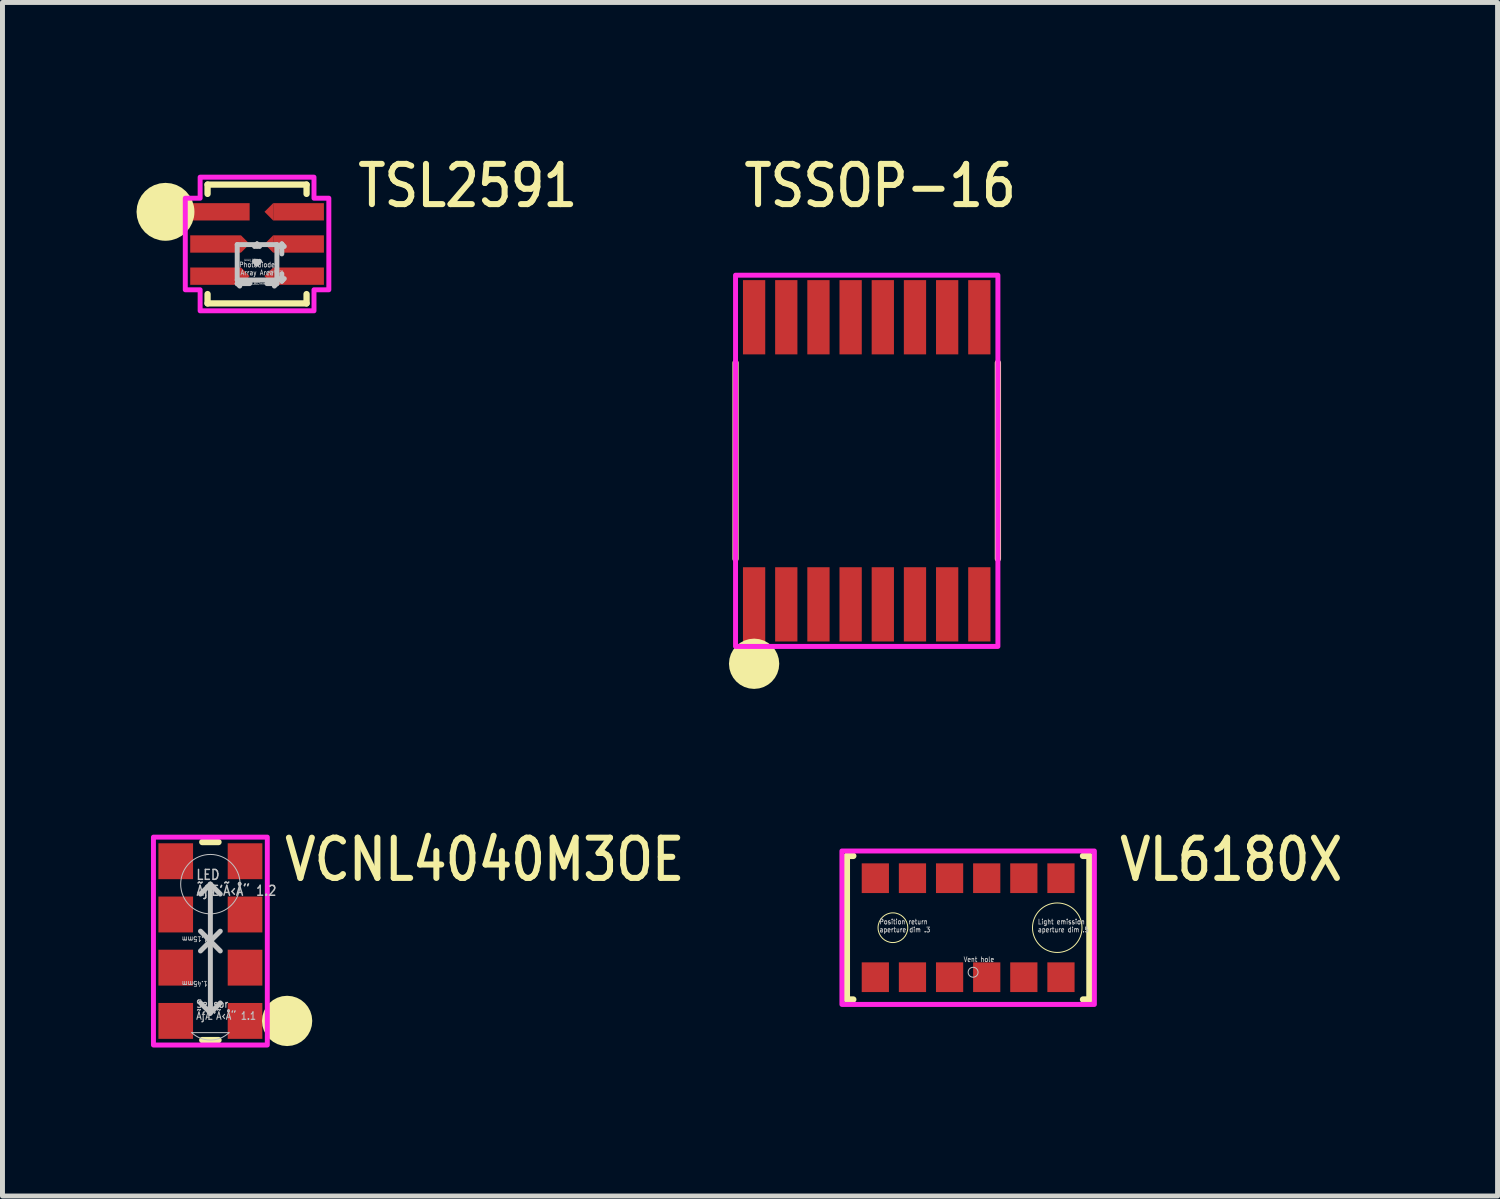
<source format=kicad_pcb>
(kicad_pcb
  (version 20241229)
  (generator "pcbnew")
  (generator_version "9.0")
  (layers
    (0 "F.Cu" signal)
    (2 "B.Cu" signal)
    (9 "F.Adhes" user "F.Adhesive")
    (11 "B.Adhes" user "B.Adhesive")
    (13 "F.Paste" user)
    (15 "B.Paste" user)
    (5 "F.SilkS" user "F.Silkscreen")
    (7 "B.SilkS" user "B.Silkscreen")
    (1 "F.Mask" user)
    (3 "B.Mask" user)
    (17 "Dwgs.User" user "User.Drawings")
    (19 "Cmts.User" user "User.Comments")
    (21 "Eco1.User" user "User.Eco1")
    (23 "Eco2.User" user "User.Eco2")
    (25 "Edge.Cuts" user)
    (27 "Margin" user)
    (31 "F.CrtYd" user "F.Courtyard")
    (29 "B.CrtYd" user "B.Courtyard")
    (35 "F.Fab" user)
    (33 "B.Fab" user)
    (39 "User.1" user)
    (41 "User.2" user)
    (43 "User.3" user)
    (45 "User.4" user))
  (footprint "VL6180X"
    (layer "F.Cu")
    (at 16.508 15.691)
    (property "Reference" "VL6180X" (at 3 -0.9 0) (unlocked yes) (layer "F.SilkS") (effects (font (size 0.813 0.695) (thickness 0.122)) (justify left bottom)))
    (fp_line (start -2.45 -1.45) (end -2.32 -1.45) (stroke (width 0.127) (type solid)) (layer "F.SilkS"))
    (fp_line (start -2.45 1.45) (end -2.45 -1.45) (stroke (width 0.127) (type solid)) (layer "F.SilkS"))
    (fp_line (start -2.32 1.45) (end -2.45 1.45) (stroke (width 0.127) (type solid)) (layer "F.SilkS"))
    (fp_line (start 2.32 -1.45) (end 2.45 -1.45) (stroke (width 0.127) (type solid)) (layer "F.SilkS"))
    (fp_line (start 2.45 -1.45) (end 2.45 1.45) (stroke (width 0.127) (type solid)) (layer "F.SilkS"))
    (fp_line (start 2.45 1.45) (end 2.32 1.45) (stroke (width 0.127) (type solid)) (layer "F.SilkS"))
    (fp_circle (center -1.52 0) (end -1.22 0) (stroke (width 0.02) (type solid)) (fill no) (layer "F.SilkS"))
    (fp_circle (center 1.8 0) (end 2.3 0) (stroke (width 0.02) (type solid)) (fill no) (layer "F.SilkS"))
    (fp_circle (center 0.1 0.9) (end 0.2 0.9) (stroke (width 0.02) (type solid)) (fill no) (layer "Dwgs.User"))
    (fp_poly (pts (xy -2.55 -1.55) (xy 2.55 -1.55) (xy 2.55 1.55) (xy -2.55 1.55)) (stroke (width 0.1) (type solid)) (fill no) (layer "F.CrtYd"))
    (fp_text user "Light emission\naperture dim .5" (at 1.4 0.1 0) (unlocked yes) (layer "Dwgs.User") (effects (font (size 0.1 0.086) (thickness 0.015)) (justify left bottom)))
    (fp_text user "Vent hole" (at -0.1 0.7 0) (unlocked yes) (layer "Dwgs.User") (effects (font (size 0.1 0.086) (thickness 0.015)) (justify left bottom)))
    (fp_text user "Position return\naperture dim .3" (at -1.8 0.1 0) (unlocked yes) (layer "Dwgs.User") (effects (font (size 0.1 0.086) (thickness 0.015)) (justify left bottom)))
    (pad "1" smd rect (at -1.875 1) (size 0.55 0.6) (layers "F.Cu" "F.Mask" "F.Paste"))
    (pad "2" smd rect (at -1.125 1) (size 0.55 0.6) (layers "F.Cu" "F.Mask" "F.Paste"))
    (pad "3" smd rect (at -0.375 1) (size 0.55 0.6) (layers "F.Cu" "F.Mask" "F.Paste"))
    (pad "4" smd rect (at 0.375 1) (size 0.55 0.6) (layers "F.Cu" "F.Mask" "F.Paste"))
    (pad "5" smd rect (at 1.125 1) (size 0.55 0.6) (layers "F.Cu" "F.Mask" "F.Paste"))
    (pad "6" smd rect (at 1.875 1) (size 0.55 0.6) (layers "F.Cu" "F.Mask" "F.Paste"))
    (pad "7" smd rect (at 1.875 -1) (size 0.55 0.6) (layers "F.Cu" "F.Mask" "F.Paste"))
    (pad "8" smd rect (at 1.125 -1) (size 0.55 0.6) (layers "F.Cu" "F.Mask" "F.Paste"))
    (pad "9" smd rect (at 0.375 -1) (size 0.55 0.6) (layers "F.Cu" "F.Mask" "F.Paste"))
    (pad "10" smd rect (at -0.375 -1) (size 0.55 0.6) (layers "F.Cu" "F.Mask" "F.Paste"))
    (pad "11" smd rect (at -1.125 -1) (size 0.55 0.6) (layers "F.Cu" "F.Mask" "F.Paste"))
    (pad "12" smd rect (at -1.875 -1) (size 0.55 0.6) (layers "F.Cu" "F.Mask" "F.Paste")))
  (footprint "TSL2591"
    (layer "F.Cu")
    (at 2.143 1.879)
    (property "Reference" "TSL2591" (at 1.975 -0.7 0) (unlocked yes) (layer "F.SilkS") (effects (font (size 0.813 0.695) (thickness 0.122)) (justify left bottom)))
    (fp_poly (pts (xy -0.325 0.175) (xy -0.325 -0.175) (xy -0.15 0)) (stroke (width 0) (type solid)) (fill yes) (layer "F.Cu"))
    (fp_poly (pts (xy -0.325 0.825) (xy -0.325 0.475) (xy -0.15 0.65)) (stroke (width 0) (type solid)) (fill yes) (layer "F.Cu"))
    (fp_poly (pts (xy 0.325 -0.825) (xy 0.325 -0.475) (xy 0.15 -0.65)) (stroke (width 0) (type solid)) (fill yes) (layer "F.Cu"))
    (fp_poly (pts (xy 0.325 -0.175) (xy 0.325 0.175) (xy 0.15 0)) (stroke (width 0) (type solid)) (fill yes) (layer "F.Cu"))
    (fp_poly (pts (xy 0.325 0.475) (xy 0.325 0.825) (xy 0.15 0.65)) (stroke (width 0) (type solid)) (fill yes) (layer "F.Cu"))
    (fp_poly (pts (xy -1.45 -0.275) (xy -1.45 0.275) (xy -0.3 0.275) (xy -0.05 0) (xy -0.325 -0.275)) (stroke (width 0) (type solid)) (fill yes) (layer "F.Mask"))
    (fp_poly (pts (xy -1.45 0.375) (xy -1.45 0.925) (xy -0.3 0.925) (xy -0.05 0.65) (xy -0.325 0.375)) (stroke (width 0) (type solid)) (fill yes) (layer "F.Mask"))
    (fp_poly (pts (xy 1.45 -0.375) (xy 1.45 -0.925) (xy 0.3 -0.925) (xy 0.05 -0.65) (xy 0.325 -0.375)) (stroke (width 0) (type solid)) (fill yes) (layer "F.Mask"))
    (fp_poly (pts (xy 1.45 0.275) (xy 1.45 -0.275) (xy 0.3 -0.275) (xy 0.05 0) (xy 0.325 0.275)) (stroke (width 0) (type solid)) (fill yes) (layer "F.Mask"))
    (fp_poly (pts (xy 1.45 0.925) (xy 1.45 0.375) (xy 0.3 0.375) (xy 0.05 0.65) (xy 0.325 0.925)) (stroke (width 0) (type solid)) (fill yes) (layer "F.Mask"))
    (fp_line (start -1 -1.2) (end -1 -1.012) (stroke (width 0.127) (type solid)) (layer "F.SilkS"))
    (fp_line (start -1 -1.2) (end 1 -1.2) (stroke (width 0.127) (type solid)) (layer "F.SilkS"))
    (fp_line (start -1 1.012) (end -1 1.2) (stroke (width 0.127) (type solid)) (layer "F.SilkS"))
    (fp_line (start -1 1.2) (end 1 1.2) (stroke (width 0.127) (type solid)) (layer "F.SilkS"))
    (fp_line (start 1 -1.2) (end 1 -1.012) (stroke (width 0.127) (type solid)) (layer "F.SilkS"))
    (fp_line (start 1 1.2) (end 1 1.012) (stroke (width 0.127) (type solid)) (layer "F.SilkS"))
    (fp_circle (center -1.85 -0.65) (end -1.85 -0.65) (stroke (width 0.585) (type solid)) (fill no) (layer "F.SilkS"))
    (fp_poly (pts (xy -0.325 0.175) (xy -0.325 -0.175) (xy -0.15 0)) (stroke (width 0) (type solid)) (fill yes) (layer "F.Paste"))
    (fp_poly (pts (xy -0.325 0.825) (xy -0.325 0.475) (xy -0.15 0.65)) (stroke (width 0) (type solid)) (fill yes) (layer "F.Paste"))
    (fp_poly (pts (xy 0.325 -0.825) (xy 0.325 -0.475) (xy 0.15 -0.65)) (stroke (width 0) (type solid)) (fill yes) (layer "F.Paste"))
    (fp_poly (pts (xy 0.325 -0.175) (xy 0.325 0.175) (xy 0.15 0)) (stroke (width 0) (type solid)) (fill yes) (layer "F.Paste"))
    (fp_poly (pts (xy 0.325 0.475) (xy 0.325 0.825) (xy 0.15 0.65)) (stroke (width 0) (type solid)) (fill yes) (layer "F.Paste"))
    (fp_line (start -0.401 0.012) (end 0.401 0.012) (stroke (width 0.1) (type solid)) (layer "Dwgs.User"))
    (fp_line (start -0.401 0.728) (end -0.401 0.012) (stroke (width 0.1) (type solid)) (layer "Dwgs.User"))
    (fp_line (start -0.4 0.8) (end -0.35 0.75) (stroke (width 0.1) (type solid)) (layer "Dwgs.User"))
    (fp_line (start -0.4 0.8) (end -0.35 0.85) (stroke (width 0.1) (type solid)) (layer "Dwgs.User"))
    (fp_line (start -0.4 0.8) (end -0.15 0.8) (stroke (width 0.1) (type solid)) (layer "Dwgs.User"))
    (fp_line (start 0 0) (end -0.05 0.05) (stroke (width 0.1) (type solid)) (layer "Dwgs.User"))
    (fp_line (start 0 0) (end 0 0.05) (stroke (width 0.1) (type solid)) (layer "Dwgs.User"))
    (fp_line (start 0 0) (end 0.05 0.05) (stroke (width 0.1) (type solid)) (layer "Dwgs.User"))
    (fp_line (start 0 0.35) (end 0 0.4) (stroke (width 0.1) (type solid)) (layer "Dwgs.User"))
    (fp_line (start 0 0.4) (end -0.05 0.35) (stroke (width 0.1) (type solid)) (layer "Dwgs.User"))
    (fp_line (start 0 0.4) (end 0.05 0.35) (stroke (width 0.1) (type solid)) (layer "Dwgs.User"))
    (fp_line (start 0.2 0.8) (end 0.4 0.8) (stroke (width 0.1) (type solid)) (layer "Dwgs.User"))
    (fp_line (start 0.35 0.75) (end 0.4 0.8) (stroke (width 0.1) (type solid)) (layer "Dwgs.User"))
    (fp_line (start 0.35 0.85) (end 0.4 0.8) (stroke (width 0.1) (type solid)) (layer "Dwgs.User"))
    (fp_line (start 0.401 0.012) (end 0.401 0.728) (stroke (width 0.1) (type solid)) (layer "Dwgs.User"))
    (fp_line (start 0.401 0.728) (end -0.401 0.728) (stroke (width 0.1) (type solid)) (layer "Dwgs.User"))
    (fp_line (start 0.5 0) (end 0.45 0.05) (stroke (width 0.1) (type solid)) (layer "Dwgs.User"))
    (fp_line (start 0.5 0) (end 0.5 0.2) (stroke (width 0.1) (type solid)) (layer "Dwgs.User"))
    (fp_line (start 0.5 0) (end 0.55 0.05) (stroke (width 0.1) (type solid)) (layer "Dwgs.User"))
    (fp_line (start 0.5 0.6) (end 0.5 0.75) (stroke (width 0.1) (type solid)) (layer "Dwgs.User"))
    (fp_line (start 0.5 0.75) (end 0.45 0.7) (stroke (width 0.1) (type solid)) (layer "Dwgs.User"))
    (fp_line (start 0.5 0.75) (end 0.55 0.7) (stroke (width 0.1) (type solid)) (layer "Dwgs.User"))
    (fp_poly (pts (xy -1.15 -1.35) (xy 1.15 -1.35) (xy 1.15 -0.925) (xy 1.45 -0.925) (xy 1.45 0.925) (xy 1.15 0.925) (xy 1.15 1.35) (xy -1.15 1.35) (xy -1.15 0.925) (xy -1.45 0.925) (xy -1.45 -0.925) (xy -1.15 -0.925)) (stroke (width 0.1) (type solid)) (fill no) (layer "F.CrtYd"))
    (fp_text user "0.716mm" (at 0.53 0.53 180) (unlocked yes) (layer "Dwgs.User") (effects (font (size 0.05 0.043) (thickness 0.007)) (justify left bottom)))
    (fp_text user "Photodiode\nArray Area" (at 0 0.5 0) (unlocked yes) (layer "Dwgs.User") (effects (font (size 0.1 0.086) (thickness 0.015))))
    (fp_text user "0.37mm" (at 0 0.325 180) (unlocked yes) (layer "Dwgs.User") (effects (font (size 0.05 0.043) (thickness 0.007)) (justify left)))
    (fp_text user "0.802mm" (at -0.13 0.83 0) (unlocked yes) (layer "Dwgs.User") (effects (font (size 0.05 0.043) (thickness 0.007)) (justify left bottom)))
    (pad "1" smd rect (at -0.75 -0.65) (size 1.2 0.35) (layers "F.Cu" "F.Mask" "F.Paste"))
    (pad "2" smd rect (at -0.838 0) (size 1.025 0.35) (layers "F.Cu" "F.Paste"))
    (pad "3" smd rect (at -0.838 0.65) (size 1.025 0.35) (layers "F.Cu" "F.Paste"))
    (pad "4" smd rect (at 0.838 0.65) (size 1.025 0.35) (layers "F.Cu" "F.Paste"))
    (pad "5" smd rect (at 0.838 0) (size 1.025 0.35) (layers "F.Cu" "F.Paste"))
    (pad "6" smd rect (at 0.838 -0.65) (size 1.025 0.35) (layers "F.Cu" "F.Paste")))
  (footprint "TSSOP-16"
    (layer "F.Cu")
    (at 14.459 6.259)
    (property "Reference" "TSSOP-16" (at -2.54 -5.08 0) (unlocked yes) (layer "F.SilkS") (effects (font (size 0.813 0.695) (thickness 0.122)) (justify left bottom)))
    (fp_line (start -2.65 -1.98) (end -2.65 1.98) (stroke (width 0.127) (type solid)) (layer "F.SilkS"))
    (fp_line (start 2.65 -1.98) (end 2.65 1.98) (stroke (width 0.127) (type solid)) (layer "F.SilkS"))
    (fp_circle (center -2.275 4.1) (end -2.275 4.1) (stroke (width 0.508) (type solid)) (fill no) (layer "F.SilkS"))
    (fp_poly (pts (xy -2.65 3.75) (xy 2.65 3.75) (xy 2.65 -3.75) (xy -2.65 -3.75)) (stroke (width 0.1) (type solid)) (fill no) (layer "F.CrtYd"))
    (pad "1" smd rect (at -2.275 2.9) (size 0.45 1.5) (layers "F.Cu" "F.Mask" "F.Paste"))
    (pad "2" smd rect (at -1.625 2.9) (size 0.45 1.5) (layers "F.Cu" "F.Mask" "F.Paste"))
    (pad "3" smd rect (at -0.975 2.9) (size 0.45 1.5) (layers "F.Cu" "F.Mask" "F.Paste"))
    (pad "4" smd rect (at -0.325 2.9) (size 0.45 1.5) (layers "F.Cu" "F.Mask" "F.Paste"))
    (pad "5" smd rect (at 0.325 2.9) (size 0.45 1.5) (layers "F.Cu" "F.Mask" "F.Paste"))
    (pad "6" smd rect (at 0.975 2.9) (size 0.45 1.5) (layers "F.Cu" "F.Mask" "F.Paste"))
    (pad "7" smd rect (at 1.625 2.9) (size 0.45 1.5) (layers "F.Cu" "F.Mask" "F.Paste"))
    (pad "8" smd rect (at 2.275 2.9) (size 0.45 1.5) (layers "F.Cu" "F.Mask" "F.Paste"))
    (pad "9" smd rect (at 2.275 -2.9) (size 0.45 1.5) (layers "F.Cu" "F.Mask" "F.Paste"))
    (pad "10" smd rect (at 1.625 -2.9) (size 0.45 1.5) (layers "F.Cu" "F.Mask" "F.Paste"))
    (pad "11" smd rect (at 0.975 -2.9) (size 0.45 1.5) (layers "F.Cu" "F.Mask" "F.Paste"))
    (pad "12" smd rect (at 0.325 -2.9) (size 0.45 1.5) (layers "F.Cu" "F.Mask" "F.Paste"))
    (pad "13" smd rect (at -0.325 -2.9) (size 0.45 1.5) (layers "F.Cu" "F.Mask" "F.Paste"))
    (pad "14" smd rect (at -0.975 -2.9) (size 0.45 1.5) (layers "F.Cu" "F.Mask" "F.Paste"))
    (pad "15" smd rect (at -1.625 -2.9) (size 0.45 1.5) (layers "F.Cu" "F.Mask" "F.Paste"))
    (pad "16" smd rect (at -2.275 -2.9) (size 0.45 1.5) (layers "F.Cu" "F.Mask" "F.Paste")))
  (footprint "VCNL4040M3OE"
    (layer "F.Cu")
    (at 1.2 15.961)
    (property "Reference" "VCNL4040M3OE" (at 1.44 -1.17 0) (unlocked yes) (layer "F.SilkS") (effects (font (size 0.813 0.695) (thickness 0.122)) (justify left bottom)))
    (fp_line (start -0.164 -2) (end 0.164 -2) (stroke (width 0.127) (type solid)) (layer "F.SilkS"))
    (fp_line (start -0.164 2) (end 0.164 2) (stroke (width 0.127) (type solid)) (layer "F.SilkS"))
    (fp_circle (center 1.55 1.613) (end 1.55 1.613) (stroke (width 0.508) (type solid)) (fill no) (layer "F.SilkS"))
    (fp_line (start -0.377 1.85) (end 0.377 1.85) (stroke (width 0.02) (type solid)) (layer "Dwgs.User"))
    (fp_line (start -0.2 -0.95) (end 0 -1.15) (stroke (width 0.1) (type solid)) (layer "Dwgs.User"))
    (fp_line (start -0.2 0.2) (end 0 0) (stroke (width 0.1) (type solid)) (layer "Dwgs.User"))
    (fp_line (start 0 -1.15) (end 0.2 -0.95) (stroke (width 0.1) (type solid)) (layer "Dwgs.User"))
    (fp_line (start 0 0) (end -0.2 -0.2) (stroke (width 0.1) (type solid)) (layer "Dwgs.User"))
    (fp_line (start 0 0) (end 0 -1.15) (stroke (width 0.1) (type solid)) (layer "Dwgs.User"))
    (fp_line (start 0 0) (end 0.2 0.2) (stroke (width 0.1) (type solid)) (layer "Dwgs.User"))
    (fp_line (start 0 1.45) (end -0.2 1.25) (stroke (width 0.1) (type solid)) (layer "Dwgs.User"))
    (fp_line (start 0 1.45) (end 0 0) (stroke (width 0.1) (type solid)) (layer "Dwgs.User"))
    (fp_line (start 0.2 -0.2) (end 0 0) (stroke (width 0.1) (type solid)) (layer "Dwgs.User"))
    (fp_line (start 0.2 1.25) (end 0 1.45) (stroke (width 0.1) (type solid)) (layer "Dwgs.User"))
    (fp_arc (start 0.377491 1.85) (mid 0 2) (end -0.377491 1.85) (stroke (width 0.02) (type solid)) (layer "Dwgs.User"))
    (fp_circle (center 0 -1.15) (end 0.6 -1.15) (stroke (width 0.02) (type solid)) (fill no) (layer "Dwgs.User"))
    (fp_poly (pts (xy -1.15 -2.1) (xy 1.15 -2.1) (xy 1.15 2.1) (xy -1.15 2.1)) (stroke (width 0.1) (type solid)) (fill no) (layer "F.CrtYd"))
    (fp_text user "1.15mm " (at -0.05 -0.1 180) (unlocked yes) (layer "Dwgs.User") (effects (font (size 0.1 0.086) (thickness 0.015)) (justify left bottom)))
    (fp_text user "LED\nÃƒÆ’Ã‹Å“ 1.2" (at -0.3 -0.9 0) (unlocked yes) (layer "Dwgs.User") (effects (font (size 0.2 0.171) (thickness 0.03)) (justify left bottom)))
    (fp_text user "Sensor\nÃƒÆ’Ã‹Å“ 1.1" (at -0.3 1.6 0) (unlocked yes) (layer "Dwgs.User") (effects (font (size 0.15 0.128) (thickness 0.022)) (justify left bottom)))
    (fp_text user "1.45mm " (at -0.05 0.8 180) (unlocked yes) (layer "Dwgs.User") (effects (font (size 0.1 0.086) (thickness 0.015)) (justify left bottom)))
    (pad "1" smd rect (at 0.7 1.613) (size 0.7 0.725) (layers "F.Cu" "F.Mask" "F.Paste"))
    (pad "2" smd rect (at 0.7 0.537) (size 0.7 0.725) (layers "F.Cu" "F.Mask" "F.Paste"))
    (pad "3" smd rect (at 0.7 -0.537) (size 0.7 0.725) (layers "F.Cu" "F.Mask" "F.Paste"))
    (pad "4" smd rect (at 0.7 -1.613) (size 0.7 0.725) (layers "F.Cu" "F.Mask" "F.Paste"))
    (pad "5" smd rect (at -0.7 -1.613) (size 0.7 0.725) (layers "F.Cu" "F.Mask" "F.Paste"))
    (pad "6" smd rect (at -0.7 -0.537) (size 0.7 0.725) (layers "F.Cu" "F.Mask" "F.Paste"))
    (pad "7" smd rect (at -0.7 0.537) (size 0.7 0.725) (layers "F.Cu" "F.Mask" "F.Paste"))
    (pad "8" smd rect (at -0.7 1.613) (size 0.7 0.725) (layers "F.Cu" "F.Mask" "F.Paste")))
  (gr_rect
    (start -3 -3)
    (end 27.203 21.111)
    (stroke (width 0.1) (type default))
    (fill no)
    (layer "Edge.Cuts")))
</source>
